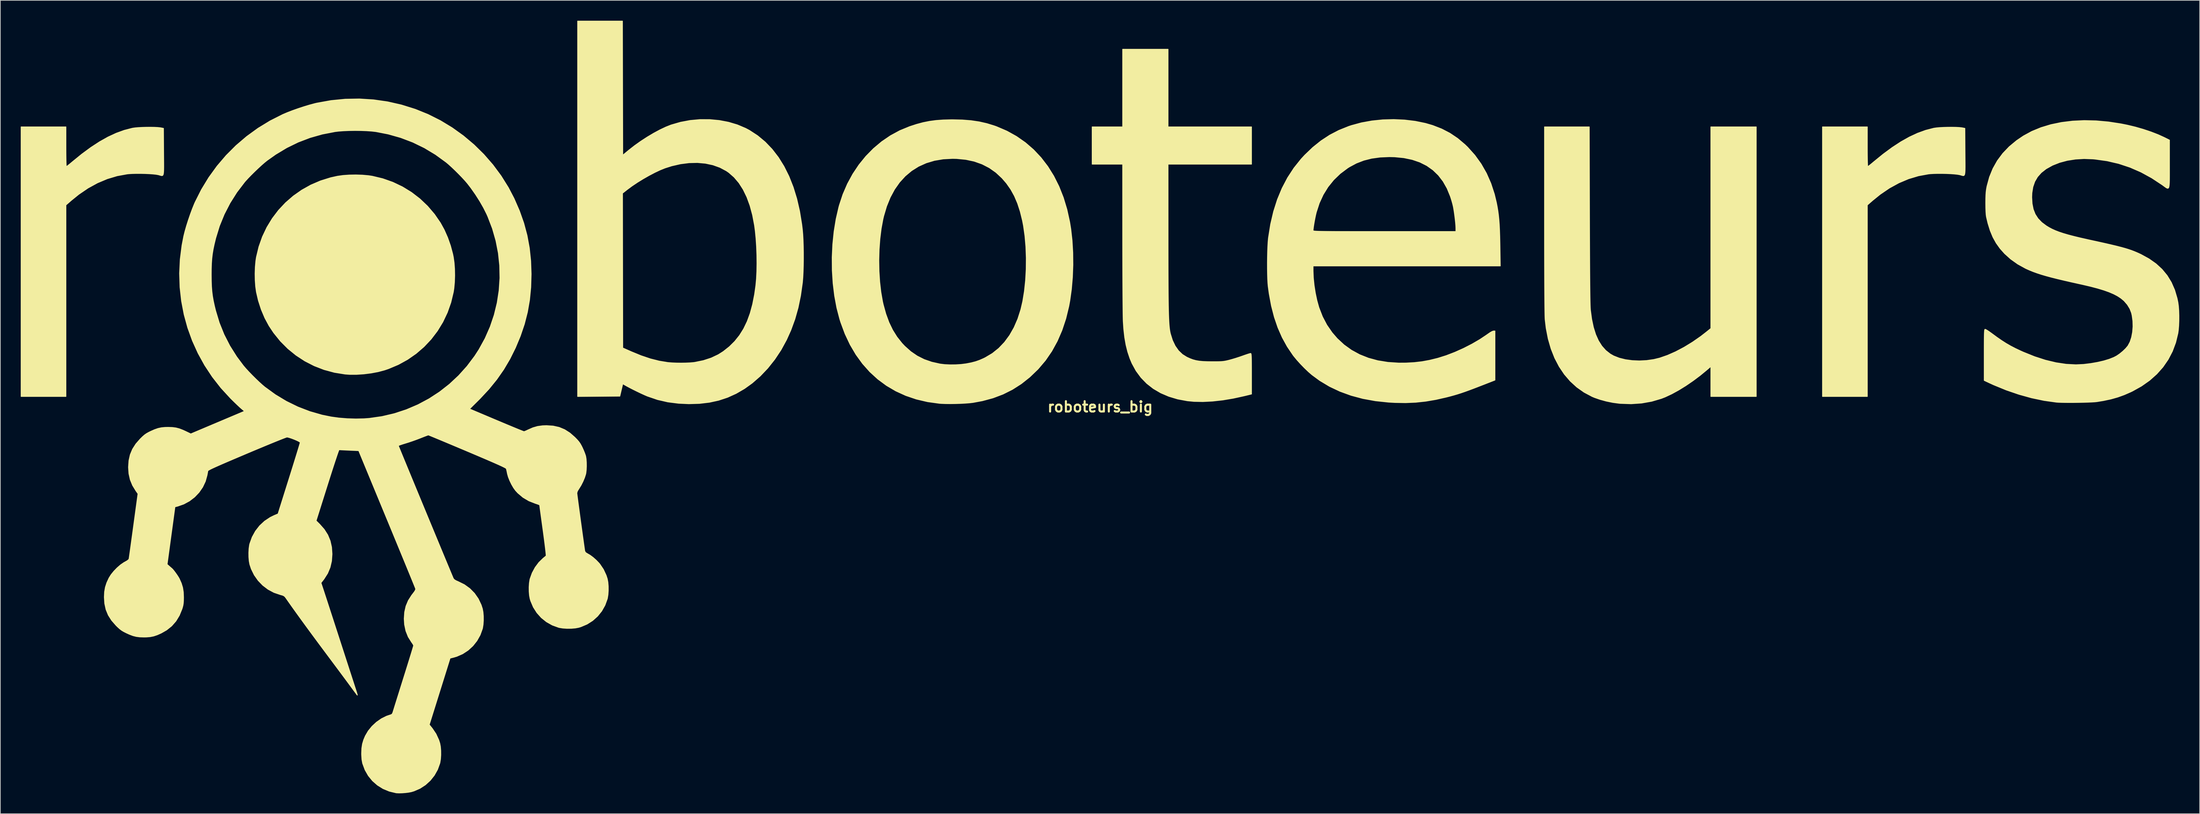
<source format=kicad_pcb>
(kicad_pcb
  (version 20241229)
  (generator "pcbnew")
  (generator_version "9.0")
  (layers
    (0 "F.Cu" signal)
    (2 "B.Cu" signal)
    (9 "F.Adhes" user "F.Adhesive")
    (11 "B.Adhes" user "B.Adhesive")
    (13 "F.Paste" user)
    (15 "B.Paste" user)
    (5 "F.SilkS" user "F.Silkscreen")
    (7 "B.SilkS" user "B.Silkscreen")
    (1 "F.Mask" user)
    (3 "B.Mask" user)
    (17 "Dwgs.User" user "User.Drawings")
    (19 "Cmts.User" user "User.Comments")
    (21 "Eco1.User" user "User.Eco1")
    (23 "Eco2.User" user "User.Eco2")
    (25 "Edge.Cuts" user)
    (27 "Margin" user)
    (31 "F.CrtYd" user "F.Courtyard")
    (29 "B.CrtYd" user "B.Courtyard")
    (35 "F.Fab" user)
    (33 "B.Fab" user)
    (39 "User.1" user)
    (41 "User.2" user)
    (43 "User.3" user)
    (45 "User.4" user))
  (footprint "roboteurs_big"
    (layer "F.Cu")
    (at 158.8 56.861)
    (property "Reference" "roboteurs_big" (at 0 0 0) (layer "F.SilkS") (effects (font (size 1.524 1.524) (thickness 0.3))))
    (attr through_hole)
    (fp_poly (pts (xy -137.758 -35.348) (xy -137.764 -34.895) (xy -137.78 -34.555) (xy -137.81 -34.313) (xy -137.857 -34.157) (xy -137.925 -34.07) (xy -138.016 -34.04) (xy -138.135 -34.053) (xy -138.285 -34.094) (xy -138.468 -34.149) (xy -138.557 -34.173) (xy -138.883 -34.232) (xy -139.342 -34.281) (xy -139.899 -34.32) (xy -140.518 -34.347) (xy -141.162 -34.361) (xy -141.797 -34.361) (xy -142.387 -34.347) (xy -142.894 -34.318) (xy -143.147 -34.292) (xy -144.628 -34.021) (xy -146.084 -33.584) (xy -147.51 -32.982) (xy -148.904 -32.217) (xy -150.262 -31.29) (xy -151.363 -30.397) (xy -152.146 -29.713) (xy -152.146 -15.619) (xy -152.146 -1.524) (xy -155.448 -1.524) (xy -158.75 -1.524) (xy -158.75 -21.378) (xy -158.75 -41.233) (xy -155.448 -41.233) (xy -152.146 -41.233) (xy -152.146 -38.312) (xy -152.144 -37.628) (xy -152.139 -37) (xy -152.131 -36.45) (xy -152.121 -35.994) (xy -152.109 -35.654) (xy -152.095 -35.448) (xy -152.083 -35.392) (xy -151.997 -35.445) (xy -151.811 -35.587) (xy -151.55 -35.797) (xy -151.241 -36.055) (xy -151.215 -36.078) (xy -149.821 -37.214) (xy -148.486 -38.199) (xy -147.201 -39.038) (xy -145.959 -39.736) (xy -144.751 -40.296) (xy -143.568 -40.725) (xy -142.402 -41.026) (xy -142.348 -41.037) (xy -141.978 -41.091) (xy -141.489 -41.133) (xy -140.919 -41.162) (xy -140.308 -41.179) (xy -139.697 -41.182) (xy -139.124 -41.172) (xy -138.629 -41.147) (xy -138.253 -41.106) (xy -138.176 -41.093) (xy -137.795 -41.016) (xy -137.773 -37.526) (xy -137.766 -36.65) (xy -137.76 -35.928) (xy -137.758 -35.348)) (stroke (width 0.1) (type solid)) (fill yes) (layer "F.SilkS"))
    (fp_poly (pts (xy 127.249 -35.348) (xy 127.243 -34.895) (xy 127.227 -34.555) (xy 127.197 -34.313) (xy 127.15 -34.157) (xy 127.082 -34.07) (xy 126.99 -34.04) (xy 126.871 -34.053) (xy 126.722 -34.094) (xy 126.539 -34.149) (xy 126.45 -34.173) (xy 126.124 -34.232) (xy 125.664 -34.281) (xy 125.107 -34.32) (xy 124.489 -34.347) (xy 123.844 -34.361) (xy 123.209 -34.361) (xy 122.62 -34.347) (xy 122.112 -34.318) (xy 121.86 -34.292) (xy 120.379 -34.021) (xy 118.923 -33.584) (xy 117.497 -32.982) (xy 116.103 -32.217) (xy 114.745 -31.29) (xy 113.644 -30.397) (xy 112.861 -29.713) (xy 112.861 -15.619) (xy 112.861 -1.524) (xy 109.559 -1.524) (xy 106.257 -1.524) (xy 106.257 -21.378) (xy 106.257 -41.233) (xy 109.559 -41.233) (xy 112.861 -41.233) (xy 112.861 -38.312) (xy 112.862 -37.628) (xy 112.867 -37) (xy 112.875 -36.45) (xy 112.886 -35.994) (xy 112.898 -35.654) (xy 112.912 -35.448) (xy 112.924 -35.392) (xy 113.009 -35.445) (xy 113.196 -35.587) (xy 113.457 -35.797) (xy 113.765 -36.055) (xy 113.792 -36.078) (xy 115.186 -37.214) (xy 116.521 -38.199) (xy 117.805 -39.038) (xy 119.048 -39.736) (xy 120.256 -40.296) (xy 121.439 -40.725) (xy 122.604 -41.026) (xy 122.659 -41.037) (xy 123.029 -41.091) (xy 123.518 -41.133) (xy 124.088 -41.162) (xy 124.698 -41.179) (xy 125.31 -41.182) (xy 125.883 -41.172) (xy 126.377 -41.147) (xy 126.754 -41.106) (xy 126.831 -41.093) (xy 127.212 -41.016) (xy 127.234 -37.526) (xy 127.241 -36.65) (xy 127.247 -35.928) (xy 127.249 -35.348)) (stroke (width 0.1) (type solid)) (fill yes) (layer "F.SilkS"))
    (fp_poly (pts (xy -94.954 -19.326) (xy -94.986 -18.363) (xy -95.067 -17.466) (xy -95.152 -16.909) (xy -95.522 -15.366) (xy -96.043 -13.892) (xy -96.705 -12.495) (xy -97.503 -11.185) (xy -98.428 -9.97) (xy -99.473 -8.859) (xy -100.631 -7.859) (xy -101.892 -6.98) (xy -103.251 -6.231) (xy -104.7 -5.62) (xy -105.257 -5.43) (xy -106.198 -5.177) (xy -107.238 -4.98) (xy -108.324 -4.843) (xy -109.404 -4.773) (xy -110.425 -4.774) (xy -111.083 -4.821) (xy -112.653 -5.074) (xy -114.169 -5.484) (xy -115.621 -6.045) (xy -116.999 -6.751) (xy -118.294 -7.597) (xy -119.497 -8.576) (xy -120.599 -9.682) (xy -121.589 -10.91) (xy -122.272 -11.938) (xy -122.886 -13.078) (xy -123.415 -14.327) (xy -123.84 -15.64) (xy -124.135 -16.909) (xy -124.25 -17.727) (xy -124.315 -18.65) (xy -124.332 -19.621) (xy -124.3 -20.584) (xy -124.22 -21.481) (xy -124.135 -22.037) (xy -123.765 -23.577) (xy -123.246 -25.046) (xy -122.586 -26.436) (xy -121.793 -27.74) (xy -120.876 -28.948) (xy -119.841 -30.053) (xy -118.698 -31.047) (xy -117.455 -31.921) (xy -116.12 -32.668) (xy -114.7 -33.278) (xy -113.205 -33.745) (xy -112.207 -33.965) (xy -111.39 -34.08) (xy -110.467 -34.145) (xy -109.496 -34.162) (xy -108.533 -34.13) (xy -107.636 -34.05) (xy -107.079 -33.965) (xy -105.534 -33.593) (xy -104.052 -33.067) (xy -102.643 -32.394) (xy -101.318 -31.58) (xy -100.084 -30.631) (xy -98.952 -29.554) (xy -97.931 -28.356) (xy -97.062 -27.093) (xy -96.499 -26.068) (xy -95.996 -24.93) (xy -95.573 -23.727) (xy -95.249 -22.512) (xy -95.152 -22.037) (xy -95.037 -21.22) (xy -94.971 -20.297) (xy -94.954 -19.326)) (stroke (width 0.1) (type solid)) (fill yes) (layer "F.SilkS"))
    (fp_poly (pts (xy 96.52 -1.524) (xy 93.176 -1.524) (xy 89.831 -1.524) (xy 89.831 -3.732) (xy 89.831 -5.941) (xy 89.302 -5.483) (xy 88.287 -4.645) (xy 87.234 -3.854) (xy 86.169 -3.124) (xy 85.117 -2.473) (xy 84.101 -1.915) (xy 83.148 -1.466) (xy 82.571 -1.239) (xy 81.138 -0.815) (xy 79.653 -0.551) (xy 78.115 -0.446) (xy 76.521 -0.5) (xy 76.327 -0.518) (xy 75.415 -0.64) (xy 74.471 -0.833) (xy 73.552 -1.083) (xy 72.715 -1.374) (xy 72.363 -1.523) (xy 71.193 -2.145) (xy 70.122 -2.901) (xy 69.151 -3.789) (xy 68.283 -4.802) (xy 67.523 -5.936) (xy 66.871 -7.186) (xy 66.332 -8.548) (xy 65.908 -10.015) (xy 65.603 -11.584) (xy 65.45 -12.869) (xy 65.438 -13.094) (xy 65.426 -13.483) (xy 65.416 -14.032) (xy 65.406 -14.737) (xy 65.398 -15.594) (xy 65.39 -16.598) (xy 65.383 -17.744) (xy 65.377 -19.028) (xy 65.372 -20.445) (xy 65.368 -21.992) (xy 65.365 -23.663) (xy 65.364 -25.454) (xy 65.363 -27.361) (xy 65.363 -27.538) (xy 65.363 -41.233) (xy 68.659 -41.233) (xy 71.956 -41.233) (xy 71.991 -28.258) (xy 71.997 -26.301) (xy 72.004 -24.509) (xy 72.011 -22.877) (xy 72.018 -21.401) (xy 72.026 -20.076) (xy 72.035 -18.898) (xy 72.045 -17.862) (xy 72.055 -16.963) (xy 72.066 -16.198) (xy 72.078 -15.561) (xy 72.091 -15.048) (xy 72.105 -14.655) (xy 72.12 -14.376) (xy 72.129 -14.266) (xy 72.309 -12.915) (xy 72.564 -11.712) (xy 72.896 -10.653) (xy 73.308 -9.735) (xy 73.802 -8.953) (xy 74.379 -8.304) (xy 75.041 -7.783) (xy 75.543 -7.499) (xy 76.353 -7.18) (xy 77.274 -6.952) (xy 78.274 -6.817) (xy 79.321 -6.774) (xy 80.383 -6.827) (xy 81.427 -6.976) (xy 82.296 -7.185) (xy 83.45 -7.585) (xy 84.659 -8.119) (xy 85.899 -8.773) (xy 87.141 -9.532) (xy 88.363 -10.383) (xy 89.26 -11.082) (xy 89.831 -11.548) (xy 89.831 -26.391) (xy 89.831 -41.233) (xy 93.176 -41.233) (xy 96.52 -41.233) (xy 96.52 -21.378) (xy 96.52 -1.524)) (stroke (width 0.1) (type solid)) (fill yes) (layer "F.SilkS"))
    (fp_poly (pts (xy 22.267 -1.882) (xy 21.188 -1.618) (xy 19.578 -1.265) (xy 18.015 -1.004) (xy 16.519 -0.838) (xy 15.106 -0.767) (xy 13.797 -0.793) (xy 12.82 -0.887) (xy 11.407 -1.151) (xy 10.102 -1.541) (xy 8.906 -2.054) (xy 7.823 -2.689) (xy 6.856 -3.444) (xy 6.008 -4.317) (xy 5.28 -5.305) (xy 4.677 -6.406) (xy 4.369 -7.141) (xy 4.048 -8.103) (xy 3.794 -9.124) (xy 3.6 -10.23) (xy 3.462 -11.449) (xy 3.384 -12.615) (xy 3.375 -12.898) (xy 3.365 -13.339) (xy 3.356 -13.924) (xy 3.348 -14.643) (xy 3.34 -15.482) (xy 3.332 -16.431) (xy 3.326 -17.476) (xy 3.32 -18.606) (xy 3.315 -19.808) (xy 3.311 -21.071) (xy 3.308 -22.383) (xy 3.306 -23.731) (xy 3.305 -24.956) (xy 3.302 -35.729) (xy 1.058 -35.729) (xy -1.185 -35.729) (xy -1.185 -38.481) (xy -1.185 -41.233) (xy 1.058 -41.233) (xy 3.302 -41.233) (xy 3.302 -46.948) (xy 3.302 -52.663) (xy 6.646 -52.663) (xy 9.991 -52.663) (xy 9.991 -46.948) (xy 9.991 -41.233) (xy 16.129 -41.233) (xy 22.267 -41.233) (xy 22.267 -38.481) (xy 22.267 -35.729) (xy 16.129 -35.729) (xy 9.991 -35.729) (xy 9.993 -25.125) (xy 9.993 -23.352) (xy 9.995 -21.74) (xy 9.998 -20.28) (xy 10.003 -18.963) (xy 10.009 -17.782) (xy 10.016 -16.727) (xy 10.026 -15.789) (xy 10.038 -14.961) (xy 10.053 -14.234) (xy 10.07 -13.598) (xy 10.09 -13.046) (xy 10.113 -12.569) (xy 10.139 -12.158) (xy 10.169 -11.805) (xy 10.202 -11.501) (xy 10.24 -11.238) (xy 10.281 -11.006) (xy 10.327 -10.798) (xy 10.336 -10.76) (xy 10.638 -9.797) (xy 11.035 -8.966) (xy 11.524 -8.271) (xy 12.103 -7.717) (xy 12.737 -7.32) (xy 13.202 -7.107) (xy 13.639 -6.943) (xy 14.081 -6.823) (xy 14.562 -6.74) (xy 15.118 -6.689) (xy 15.782 -6.663) (xy 16.383 -6.655) (xy 16.977 -6.655) (xy 17.437 -6.659) (xy 17.799 -6.673) (xy 18.099 -6.698) (xy 18.37 -6.739) (xy 18.65 -6.797) (xy 18.974 -6.875) (xy 18.977 -6.876) (xy 19.431 -7.001) (xy 19.97 -7.164) (xy 20.521 -7.343) (xy 20.94 -7.489) (xy 21.344 -7.632) (xy 21.699 -7.751) (xy 21.969 -7.835) (xy 22.122 -7.873) (xy 22.134 -7.874) (xy 22.17 -7.859) (xy 22.198 -7.805) (xy 22.221 -7.694) (xy 22.238 -7.512) (xy 22.25 -7.242) (xy 22.259 -6.868) (xy 22.264 -6.374) (xy 22.267 -5.744) (xy 22.267 -4.963) (xy 22.267 -4.878) (xy 22.267 -1.882)) (stroke (width 0.1) (type solid)) (fill yes) (layer "F.SilkS"))
    (fp_poly (pts (xy -43.652 -21.742) (xy -43.665 -20.783) (xy -43.693 -19.878) (xy -43.734 -19.064) (xy -43.791 -18.377) (xy -43.8 -18.288) (xy -44.069 -16.384) (xy -44.438 -14.599) (xy -44.913 -12.911) (xy -45.5 -11.299) (xy -46.146 -9.864) (xy -46.953 -8.384) (xy -47.876 -6.993) (xy -48.9 -5.704) (xy -50.012 -4.534) (xy -50.499 -4.109) (xy -50.499 -21.122) (xy -50.512 -22.349) (xy -50.559 -23.581) (xy -50.637 -24.778) (xy -50.746 -25.9) (xy -50.854 -26.712) (xy -51.142 -28.238) (xy -51.517 -29.631) (xy -51.977 -30.889) (xy -52.521 -32.008) (xy -53.147 -32.987) (xy -53.855 -33.822) (xy -54.641 -34.51) (xy -55.003 -34.76) (xy -55.938 -35.259) (xy -56.967 -35.628) (xy -58.077 -35.865) (xy -59.252 -35.97) (xy -60.48 -35.942) (xy -61.746 -35.78) (xy -63.036 -35.484) (xy -64.023 -35.17) (xy -64.729 -34.885) (xy -65.525 -34.509) (xy -66.375 -34.063) (xy -67.242 -33.568) (xy -68.088 -33.046) (xy -68.877 -32.516) (xy -69.573 -32) (xy -69.59 -31.987) (xy -70.264 -31.454) (xy -70.248 -20.066) (xy -70.231 -8.678) (xy -68.98 -8.123) (xy -67.54 -7.531) (xy -66.181 -7.073) (xy -64.887 -6.745) (xy -63.641 -6.54) (xy -63.502 -6.525) (xy -62.959 -6.483) (xy -62.326 -6.458) (xy -61.652 -6.45) (xy -60.983 -6.46) (xy -60.365 -6.486) (xy -59.847 -6.529) (xy -59.648 -6.555) (xy -58.376 -6.815) (xy -57.226 -7.19) (xy -56.188 -7.681) (xy -55.457 -8.144) (xy -54.556 -8.858) (xy -53.758 -9.649) (xy -53.058 -10.525) (xy -52.451 -11.499) (xy -51.931 -12.579) (xy -51.494 -13.777) (xy -51.135 -15.102) (xy -50.847 -16.566) (xy -50.663 -17.871) (xy -50.573 -18.843) (xy -50.518 -19.94) (xy -50.499 -21.122) (xy -50.499 -4.109) (xy -51.201 -3.496) (xy -52.324 -2.689) (xy -53.545 -1.978) (xy -54.805 -1.405) (xy -56.12 -0.969) (xy -57.5 -0.667) (xy -58.961 -0.495) (xy -60.513 -0.45) (xy -62.016 -0.518) (xy -63.593 -0.716) (xy -65.111 -1.065) (xy -66.597 -1.573) (xy -66.606 -1.576) (xy -67.011 -1.749) (xy -67.519 -1.981) (xy -68.085 -2.251) (xy -68.664 -2.537) (xy -69.21 -2.817) (xy -69.679 -3.068) (xy -69.85 -3.164) (xy -70.231 -3.384) (xy -70.445 -2.475) (xy -70.658 -1.566) (xy -73.768 -1.544) (xy -76.877 -1.522) (xy -76.877 -29.167) (xy -76.877 -56.811) (xy -73.576 -56.811) (xy -70.274 -56.811) (xy -70.253 -46.939) (xy -70.231 -37.068) (xy -69.342 -37.803) (xy -68.495 -38.467) (xy -67.58 -39.118) (xy -66.628 -39.737) (xy -65.671 -40.306) (xy -64.738 -40.807) (xy -63.862 -41.22) (xy -63.115 -41.514) (xy -61.735 -41.913) (xy -60.317 -42.178) (xy -58.882 -42.309) (xy -57.448 -42.307) (xy -56.038 -42.175) (xy -54.672 -41.913) (xy -53.369 -41.524) (xy -52.151 -41.007) (xy -51.604 -40.716) (xy -50.397 -39.928) (xy -49.282 -39) (xy -48.263 -37.936) (xy -47.34 -36.737) (xy -46.514 -35.406) (xy -45.787 -33.947) (xy -45.161 -32.36) (xy -44.636 -30.65) (xy -44.215 -28.819) (xy -43.898 -26.869) (xy -43.803 -26.077) (xy -43.744 -25.393) (xy -43.699 -24.581) (xy -43.669 -23.677) (xy -43.653 -22.719) (xy -43.652 -21.742)) (stroke (width 0.1) (type solid)) (fill yes) (layer "F.SilkS"))
    (fp_poly (pts (xy -4.007 -20.906) (xy -4.074 -19.096) (xy -4.224 -17.33) (xy -4.457 -15.65) (xy -4.611 -14.816) (xy -5.055 -12.99) (xy -5.622 -11.28) (xy -6.311 -9.685) (xy -7.122 -8.207) (xy -8.054 -6.846) (xy -9.108 -5.603) (xy -9.175 -5.532) (xy -10.359 -4.393) (xy -10.878 -3.981) (xy -10.878 -21.929) (xy -10.938 -23.576) (xy -11.075 -25.166) (xy -11.287 -26.663) (xy -11.436 -27.432) (xy -11.766 -28.772) (xy -12.156 -29.97) (xy -12.615 -31.047) (xy -13.154 -32.024) (xy -13.781 -32.92) (xy -14.435 -33.681) (xy -15.329 -34.515) (xy -16.306 -35.206) (xy -17.371 -35.755) (xy -18.524 -36.163) (xy -19.77 -36.431) (xy -21.112 -36.561) (xy -21.717 -36.574) (xy -23.095 -36.502) (xy -24.39 -36.284) (xy -25.597 -35.921) (xy -26.716 -35.417) (xy -27.743 -34.773) (xy -28.676 -33.991) (xy -29.513 -33.074) (xy -30.251 -32.024) (xy -30.887 -30.842) (xy -31.42 -29.531) (xy -31.847 -28.093) (xy -31.954 -27.638) (xy -32.212 -26.243) (xy -32.398 -24.743) (xy -32.513 -23.173) (xy -32.556 -21.57) (xy -32.528 -19.967) (xy -32.428 -18.4) (xy -32.256 -16.905) (xy -32.014 -15.517) (xy -31.916 -15.077) (xy -31.532 -13.686) (xy -31.073 -12.434) (xy -30.53 -11.307) (xy -29.895 -10.289) (xy -29.16 -9.363) (xy -28.748 -8.926) (xy -27.862 -8.135) (xy -26.917 -7.487) (xy -25.895 -6.973) (xy -24.778 -6.584) (xy -23.547 -6.31) (xy -23.545 -6.31) (xy -22.868 -6.23) (xy -22.088 -6.194) (xy -21.265 -6.201) (xy -20.46 -6.251) (xy -19.734 -6.343) (xy -19.715 -6.346) (xy -18.968 -6.491) (xy -18.331 -6.657) (xy -17.743 -6.863) (xy -17.144 -7.127) (xy -16.903 -7.246) (xy -15.869 -7.861) (xy -14.926 -8.617) (xy -14.076 -9.509) (xy -13.323 -10.532) (xy -12.67 -11.681) (xy -12.119 -12.951) (xy -11.675 -14.338) (xy -11.396 -15.536) (xy -11.152 -17.031) (xy -10.984 -18.619) (xy -10.893 -20.264) (xy -10.878 -21.929) (xy -10.878 -3.981) (xy -11.6 -3.408) (xy -12.908 -2.57) (xy -14.292 -1.876) (xy -15.765 -1.318) (xy -17.335 -0.893) (xy -18.711 -0.638) (xy -19.218 -0.578) (xy -19.849 -0.53) (xy -20.563 -0.493) (xy -21.314 -0.47) (xy -22.061 -0.461) (xy -22.758 -0.468) (xy -23.363 -0.491) (xy -23.664 -0.513) (xy -25.395 -0.753) (xy -27.039 -1.138) (xy -28.596 -1.666) (xy -30.062 -2.335) (xy -31.434 -3.141) (xy -32.709 -4.084) (xy -33.885 -5.16) (xy -34.957 -6.366) (xy -35.925 -7.701) (xy -36.784 -9.162) (xy -37.532 -10.747) (xy -38.165 -12.452) (xy -38.313 -12.923) (xy -38.746 -14.584) (xy -39.074 -16.351) (xy -39.299 -18.198) (xy -39.419 -20.096) (xy -39.434 -22.019) (xy -39.345 -23.939) (xy -39.152 -25.829) (xy -38.853 -27.661) (xy -38.45 -29.41) (xy -38.377 -29.676) (xy -37.843 -31.296) (xy -37.176 -32.838) (xy -36.386 -34.291) (xy -35.48 -35.647) (xy -34.465 -36.898) (xy -33.349 -38.035) (xy -32.141 -39.049) (xy -30.847 -39.932) (xy -29.476 -40.675) (xy -28.035 -41.268) (xy -28.018 -41.274) (xy -27.007 -41.603) (xy -26.053 -41.859) (xy -25.113 -42.048) (xy -24.146 -42.177) (xy -23.109 -42.253) (xy -21.958 -42.283) (xy -21.675 -42.284) (xy -20.272 -42.251) (xy -18.993 -42.149) (xy -17.805 -41.972) (xy -16.673 -41.715) (xy -15.565 -41.373) (xy -15.24 -41.256) (xy -13.728 -40.607) (xy -12.316 -39.823) (xy -11.006 -38.907) (xy -9.8 -37.862) (xy -8.701 -36.692) (xy -7.711 -35.399) (xy -6.833 -33.989) (xy -6.069 -32.463) (xy -5.421 -30.825) (xy -4.893 -29.078) (xy -4.485 -27.227) (xy -4.316 -26.181) (xy -4.127 -24.49) (xy -4.025 -22.718) (xy -4.007 -20.906)) (stroke (width 0.1) (type solid)) (fill yes) (layer "F.SilkS"))
    (fp_poly (pts (xy 58.866 -20.743) (xy 52.324 -20.743) (xy 52.324 -25.823) (xy 52.324 -26.313) (xy 52.31 -26.663) (xy 52.271 -27.134) (xy 52.213 -27.68) (xy 52.141 -28.255) (xy 52.061 -28.814) (xy 51.978 -29.31) (xy 51.935 -29.532) (xy 51.849 -29.889) (xy 51.725 -30.334) (xy 51.582 -30.794) (xy 51.509 -31.013) (xy 51.032 -32.175) (xy 50.449 -33.206) (xy 49.758 -34.107) (xy 48.96 -34.878) (xy 48.053 -35.521) (xy 47.036 -36.035) (xy 45.909 -36.421) (xy 44.671 -36.68) (xy 43.322 -36.812) (xy 42.545 -36.83) (xy 41.183 -36.773) (xy 39.931 -36.601) (xy 38.773 -36.307) (xy 37.69 -35.888) (xy 36.667 -35.339) (xy 36.404 -35.172) (xy 35.315 -34.355) (xy 34.35 -33.426) (xy 33.514 -32.388) (xy 32.809 -31.245) (xy 32.237 -30.001) (xy 31.802 -28.66) (xy 31.791 -28.617) (xy 31.699 -28.233) (xy 31.604 -27.777) (xy 31.512 -27.293) (xy 31.432 -26.822) (xy 31.37 -26.408) (xy 31.333 -26.092) (xy 31.327 -25.971) (xy 31.334 -25.95) (xy 31.359 -25.93) (xy 31.411 -25.912) (xy 31.5 -25.897) (xy 31.634 -25.883) (xy 31.822 -25.872) (xy 32.072 -25.861) (xy 32.393 -25.853) (xy 32.794 -25.846) (xy 33.284 -25.84) (xy 33.871 -25.835) (xy 34.565 -25.831) (xy 35.373 -25.828) (xy 36.305 -25.826) (xy 37.369 -25.825) (xy 38.574 -25.824) (xy 39.929 -25.823) (xy 41.443 -25.823) (xy 41.825 -25.823) (xy 52.324 -25.823) (xy 52.324 -20.743) (xy 45.097 -20.743) (xy 31.327 -20.743) (xy 31.327 -20.003) (xy 31.368 -18.987) (xy 31.481 -17.887) (xy 31.657 -16.764) (xy 31.886 -15.679) (xy 32.159 -14.692) (xy 32.186 -14.607) (xy 32.702 -13.274) (xy 33.345 -12.049) (xy 34.122 -10.924) (xy 34.874 -10.055) (xy 35.874 -9.128) (xy 36.97 -8.339) (xy 38.163 -7.688) (xy 39.453 -7.174) (xy 40.842 -6.797) (xy 42.329 -6.557) (xy 43.916 -6.453) (xy 44.989 -6.458) (xy 46.202 -6.525) (xy 47.329 -6.655) (xy 48.443 -6.858) (xy 49.619 -7.146) (xy 49.688 -7.165) (xy 50.902 -7.546) (xy 52.17 -8.034) (xy 53.45 -8.607) (xy 54.696 -9.245) (xy 55.866 -9.926) (xy 56.915 -10.629) (xy 57.025 -10.709) (xy 57.357 -10.937) (xy 57.64 -11.098) (xy 57.839 -11.173) (xy 57.869 -11.176) (xy 58.081 -11.176) (xy 58.081 -7.556) (xy 58.08 -3.937) (xy 56.07 -3.153) (xy 55.176 -2.807) (xy 54.409 -2.517) (xy 53.74 -2.273) (xy 53.14 -2.066) (xy 52.58 -1.886) (xy 52.031 -1.724) (xy 51.463 -1.568) (xy 50.969 -1.441) (xy 49.394 -1.082) (xy 47.896 -0.826) (xy 46.425 -0.668) (xy 44.934 -0.605) (xy 43.372 -0.631) (xy 42.418 -0.685) (xy 40.485 -0.889) (xy 38.647 -1.225) (xy 36.909 -1.691) (xy 35.274 -2.286) (xy 33.743 -3.01) (xy 32.321 -3.86) (xy 31.157 -4.717) (xy 30.635 -5.169) (xy 30.064 -5.715) (xy 29.487 -6.309) (xy 28.947 -6.906) (xy 28.488 -7.463) (xy 28.369 -7.62) (xy 27.518 -8.882) (xy 26.778 -10.229) (xy 26.146 -11.671) (xy 25.618 -13.217) (xy 25.189 -14.88) (xy 24.857 -16.669) (xy 24.71 -17.738) (xy 24.666 -18.223) (xy 24.633 -18.845) (xy 24.611 -19.571) (xy 24.6 -20.367) (xy 24.598 -21.202) (xy 24.607 -22.042) (xy 24.626 -22.855) (xy 24.655 -23.608) (xy 24.693 -24.269) (xy 24.741 -24.804) (xy 24.751 -24.889) (xy 25.07 -26.888) (xy 25.511 -28.77) (xy 26.074 -30.538) (xy 26.761 -32.192) (xy 27.572 -33.736) (xy 28.508 -35.172) (xy 29.57 -36.5) (xy 30.094 -37.068) (xy 31.279 -38.204) (xy 32.5 -39.183) (xy 33.773 -40.017) (xy 35.117 -40.716) (xy 36.551 -41.292) (xy 36.972 -41.433) (xy 38.436 -41.83) (xy 39.979 -42.109) (xy 41.57 -42.272) (xy 43.182 -42.317) (xy 44.783 -42.245) (xy 46.344 -42.056) (xy 47.836 -41.75) (xy 48.925 -41.432) (xy 50.243 -40.918) (xy 51.456 -40.287) (xy 52.588 -39.524) (xy 53.664 -38.615) (xy 54.06 -38.231) (xy 55.115 -37.053) (xy 56.036 -35.773) (xy 56.823 -34.392) (xy 57.476 -32.908) (xy 57.996 -31.319) (xy 58.291 -30.094) (xy 58.414 -29.465) (xy 58.516 -28.851) (xy 58.599 -28.225) (xy 58.666 -27.564) (xy 58.72 -26.84) (xy 58.76 -26.029) (xy 58.791 -25.106) (xy 58.814 -24.044) (xy 58.819 -23.77) (xy 58.866 -20.743)) (stroke (width 0.1) (type solid)) (fill yes) (layer "F.SilkS"))
    (fp_poly (pts (xy 158.701 -13.428) (xy 158.698 -12.671) (xy 158.669 -11.941) (xy 158.615 -11.287) (xy 158.551 -10.837) (xy 158.219 -9.469) (xy 157.739 -8.182) (xy 157.113 -6.979) (xy 156.345 -5.864) (xy 155.435 -4.839) (xy 154.388 -3.907) (xy 153.204 -3.071) (xy 151.887 -2.333) (xy 151.632 -2.21) (xy 150.667 -1.786) (xy 149.706 -1.438) (xy 148.705 -1.154) (xy 147.619 -0.921) (xy 146.643 -0.759) (xy 146.335 -0.727) (xy 145.888 -0.699) (xy 145.333 -0.675) (xy 144.7 -0.656) (xy 144.019 -0.642) (xy 143.321 -0.633) (xy 142.636 -0.63) (xy 141.995 -0.634) (xy 141.429 -0.644) (xy 140.967 -0.661) (xy 140.674 -0.681) (xy 138.885 -0.93) (xy 137.041 -1.317) (xy 135.168 -1.836) (xy 133.296 -2.477) (xy 131.451 -3.234) (xy 130.916 -3.478) (xy 130.048 -3.884) (xy 130.048 -7.657) (xy 130.048 -8.558) (xy 130.05 -9.304) (xy 130.053 -9.91) (xy 130.059 -10.389) (xy 130.067 -10.757) (xy 130.079 -11.028) (xy 130.094 -11.216) (xy 130.114 -11.336) (xy 130.139 -11.401) (xy 130.169 -11.427) (xy 130.188 -11.43) (xy 130.308 -11.381) (xy 130.529 -11.25) (xy 130.818 -11.055) (xy 131.098 -10.853) (xy 131.895 -10.267) (xy 132.606 -9.773) (xy 133.271 -9.348) (xy 133.93 -8.967) (xy 134.621 -8.608) (xy 135.383 -8.247) (xy 135.805 -8.058) (xy 137.458 -7.392) (xy 139.063 -6.872) (xy 140.614 -6.5) (xy 142.106 -6.277) (xy 143.534 -6.203) (xy 144.678 -6.257) (xy 145.731 -6.386) (xy 146.726 -6.559) (xy 147.64 -6.771) (xy 148.449 -7.016) (xy 149.13 -7.288) (xy 149.541 -7.505) (xy 149.994 -7.816) (xy 150.45 -8.192) (xy 150.859 -8.588) (xy 151.173 -8.96) (xy 151.207 -9.009) (xy 151.504 -9.567) (xy 151.726 -10.245) (xy 151.871 -11.008) (xy 151.935 -11.82) (xy 151.913 -12.648) (xy 151.803 -13.456) (xy 151.717 -13.828) (xy 151.478 -14.447) (xy 151.106 -15.054) (xy 150.633 -15.6) (xy 150.582 -15.648) (xy 150.161 -15.999) (xy 149.666 -16.324) (xy 149.086 -16.629) (xy 148.406 -16.919) (xy 147.613 -17.2) (xy 146.693 -17.476) (xy 145.633 -17.753) (xy 144.42 -18.036) (xy 144.23 -18.077) (xy 142.946 -18.362) (xy 141.813 -18.621) (xy 140.816 -18.859) (xy 139.938 -19.08) (xy 139.164 -19.289) (xy 138.479 -19.49) (xy 137.867 -19.689) (xy 137.311 -19.888) (xy 136.797 -20.094) (xy 136.309 -20.309) (xy 136.121 -20.398) (xy 134.997 -21.017) (xy 133.958 -21.754) (xy 133.054 -22.568) (xy 132.38 -23.325) (xy 131.81 -24.125) (xy 131.33 -24.993) (xy 130.93 -25.956) (xy 130.595 -27.037) (xy 130.371 -27.982) (xy 130.329 -28.286) (xy 130.297 -28.731) (xy 130.277 -29.29) (xy 130.27 -29.936) (xy 130.27 -30.057) (xy 130.276 -30.686) (xy 130.292 -31.188) (xy 130.32 -31.603) (xy 130.365 -31.974) (xy 130.429 -32.341) (xy 130.463 -32.508) (xy 130.827 -33.842) (xy 131.335 -35.087) (xy 131.987 -36.246) (xy 132.785 -37.319) (xy 133.729 -38.308) (xy 134.82 -39.214) (xy 135.821 -39.893) (xy 137.059 -40.566) (xy 138.411 -41.122) (xy 139.866 -41.561) (xy 141.415 -41.882) (xy 143.046 -42.083) (xy 144.751 -42.164) (xy 146.518 -42.123) (xy 148.337 -41.959) (xy 150.198 -41.671) (xy 151.13 -41.483) (xy 152.311 -41.197) (xy 153.488 -40.857) (xy 154.619 -40.476) (xy 155.664 -40.069) (xy 156.57 -39.655) (xy 157.311 -39.284) (xy 157.311 -35.728) (xy 157.312 -34.817) (xy 157.312 -34.062) (xy 157.309 -33.453) (xy 157.296 -32.978) (xy 157.271 -32.625) (xy 157.23 -32.382) (xy 157.168 -32.236) (xy 157.081 -32.178) (xy 156.965 -32.193) (xy 156.816 -32.271) (xy 156.631 -32.4) (xy 156.404 -32.568) (xy 156.266 -32.67) (xy 154.704 -33.703) (xy 153.12 -34.571) (xy 151.502 -35.278) (xy 149.839 -35.829) (xy 148.121 -36.227) (xy 146.337 -36.477) (xy 146.04 -36.504) (xy 144.742 -36.552) (xy 143.478 -36.478) (xy 142.27 -36.288) (xy 141.136 -35.985) (xy 140.098 -35.574) (xy 139.176 -35.059) (xy 139.14 -35.035) (xy 138.446 -34.488) (xy 137.897 -33.869) (xy 137.489 -33.169) (xy 137.216 -32.378) (xy 137.074 -31.487) (xy 137.05 -30.861) (xy 137.105 -29.916) (xy 137.27 -29.09) (xy 137.555 -28.366) (xy 137.967 -27.727) (xy 138.514 -27.158) (xy 139.165 -26.668) (xy 139.575 -26.415) (xy 140.014 -26.182) (xy 140.497 -25.962) (xy 141.042 -25.751) (xy 141.664 -25.543) (xy 142.381 -25.332) (xy 143.207 -25.114) (xy 144.161 -24.883) (xy 145.257 -24.634) (xy 145.838 -24.507) (xy 146.979 -24.257) (xy 147.969 -24.036) (xy 148.828 -23.838) (xy 149.57 -23.659) (xy 150.212 -23.494) (xy 150.773 -23.339) (xy 151.267 -23.187) (xy 151.711 -23.036) (xy 152.123 -22.879) (xy 152.519 -22.713) (xy 152.916 -22.533) (xy 153.12 -22.436) (xy 154.295 -21.792) (xy 155.325 -21.065) (xy 156.213 -20.25) (xy 156.963 -19.339) (xy 157.58 -18.329) (xy 158.067 -17.214) (xy 158.43 -15.988) (xy 158.557 -15.378) (xy 158.631 -14.831) (xy 158.679 -14.165) (xy 158.701 -13.428)) (stroke (width 0.1) (type solid)) (fill yes) (layer "F.SilkS"))
    (fp_poly (pts (xy -72.36 27.049) (xy -72.4 27.659) (xy -72.485 28.183) (xy -72.509 28.279) (xy -72.849 29.214) (xy -73.33 30.067) (xy -73.938 30.824) (xy -74.661 31.472) (xy -75.484 31.996) (xy -76.394 32.383) (xy -76.708 32.478) (xy -77.205 32.572) (xy -77.802 32.622) (xy -78.436 32.627) (xy -79.044 32.588) (xy -79.566 32.504) (xy -79.661 32.48) (xy -80.601 32.138) (xy -81.457 31.655) (xy -82.216 31.045) (xy -82.865 30.32) (xy -83.39 29.494) (xy -83.779 28.579) (xy -83.873 28.268) (xy -83.965 27.779) (xy -84.014 27.188) (xy -84.02 26.559) (xy -83.981 25.953) (xy -83.9 25.433) (xy -83.873 25.326) (xy -83.561 24.461) (xy -83.122 23.645) (xy -82.578 22.915) (xy -81.973 22.324) (xy -81.752 22.141) (xy -81.583 22) (xy -81.515 21.94) (xy -81.513 21.847) (xy -81.533 21.603) (xy -81.572 21.226) (xy -81.63 20.733) (xy -81.702 20.142) (xy -81.788 19.469) (xy -81.886 18.733) (xy -81.958 18.201) (xy -82.064 17.431) (xy -82.162 16.713) (xy -82.251 16.065) (xy -82.327 15.503) (xy -82.389 15.045) (xy -82.433 14.709) (xy -82.459 14.512) (xy -82.465 14.465) (xy -82.54 14.416) (xy -82.738 14.336) (xy -83.019 14.242) (xy -83.076 14.224) (xy -84.04 13.848) (xy -84.908 13.334) (xy -85.674 12.687) (xy -86.007 12.326) (xy -86.298 11.924) (xy -86.591 11.42) (xy -86.858 10.87) (xy -87.071 10.331) (xy -87.204 9.859) (xy -87.211 9.821) (xy -87.273 9.509) (xy -87.333 9.244) (xy -87.375 9.102) (xy -87.428 9.05) (xy -87.564 8.968) (xy -87.792 8.85) (xy -88.118 8.694) (xy -88.551 8.496) (xy -89.098 8.253) (xy -89.768 7.961) (xy -90.568 7.616) (xy -91.505 7.216) (xy -92.588 6.756) (xy -93.101 6.539) (xy -94.028 6.148) (xy -94.909 5.777) (xy -95.732 5.431) (xy -96.485 5.115) (xy -97.156 4.835) (xy -97.732 4.595) (xy -98.2 4.402) (xy -98.548 4.259) (xy -98.764 4.173) (xy -98.834 4.147) (xy -98.934 4.178) (xy -99.161 4.26) (xy -99.486 4.384) (xy -99.879 4.538) (xy -100.062 4.611) (xy -100.589 4.813) (xy -101.172 5.022) (xy -101.742 5.214) (xy -102.228 5.365) (xy -102.235 5.368) (xy -102.619 5.484) (xy -102.934 5.591) (xy -103.15 5.675) (xy -103.236 5.728) (xy -103.236 5.731) (xy -103.202 5.819) (xy -103.108 6.053) (xy -102.958 6.42) (xy -102.758 6.908) (xy -102.512 7.507) (xy -102.224 8.205) (xy -101.901 8.99) (xy -101.546 9.851) (xy -101.164 10.776) (xy -100.761 11.753) (xy -100.34 12.772) (xy -99.906 13.821) (xy -99.465 14.888) (xy -99.021 15.961) (xy -98.579 17.029) (xy -98.143 18.081) (xy -97.719 19.105) (xy -97.311 20.09) (xy -96.924 21.023) (xy -96.563 21.894) (xy -96.232 22.691) (xy -95.936 23.403) (xy -95.68 24.017) (xy -95.469 24.523) (xy -95.308 24.908) (xy -95.201 25.162) (xy -95.152 25.273) (xy -95.152 25.275) (xy -95.021 25.433) (xy -94.778 25.587) (xy -94.43 25.742) (xy -93.531 26.187) (xy -92.735 26.763) (xy -92.051 27.458) (xy -91.491 28.261) (xy -91.064 29.16) (xy -90.879 29.729) (xy -90.786 30.223) (xy -90.737 30.818) (xy -90.733 31.451) (xy -90.773 32.061) (xy -90.857 32.585) (xy -90.881 32.681) (xy -91.215 33.601) (xy -91.688 34.444) (xy -92.283 35.195) (xy -92.986 35.839) (xy -93.781 36.361) (xy -94.652 36.745) (xy -95.083 36.873) (xy -95.631 37.012) (xy -97.162 41.909) (xy -98.693 46.807) (xy -98.25 47.359) (xy -97.711 48.161) (xy -97.301 49.052) (xy -97.144 49.541) (xy -97.051 50.035) (xy -97.002 50.63) (xy -96.998 51.263) (xy -97.038 51.873) (xy -97.123 52.397) (xy -97.147 52.493) (xy -97.482 53.417) (xy -97.956 54.262) (xy -98.555 55.015) (xy -99.262 55.659) (xy -100.063 56.181) (xy -100.943 56.565) (xy -101.341 56.684) (xy -101.719 56.758) (xy -102.182 56.816) (xy -102.673 56.854) (xy -103.133 56.868) (xy -103.503 56.852) (xy -103.59 56.841) (xy -104.584 56.601) (xy -105.5 56.219) (xy -106.327 55.703) (xy -107.052 55.066) (xy -107.663 54.318) (xy -108.149 53.468) (xy -108.498 52.528) (xy -108.511 52.483) (xy -108.613 51.928) (xy -108.657 51.219) (xy -108.658 51.012) (xy -108.629 50.28) (xy -108.531 49.642) (xy -108.351 49.034) (xy -108.106 48.456) (xy -107.678 47.725) (xy -107.121 47.042) (xy -106.466 46.435) (xy -105.742 45.928) (xy -104.98 45.548) (xy -104.497 45.386) (xy -104.278 45.312) (xy -104.15 45.205) (xy -104.062 45.009) (xy -104.026 44.892) (xy -103.978 44.738) (xy -103.885 44.439) (xy -103.752 44.01) (xy -103.582 43.467) (xy -103.382 42.827) (xy -103.156 42.105) (xy -102.91 41.318) (xy -102.648 40.481) (xy -102.457 39.872) (xy -102.19 39.021) (xy -101.94 38.218) (xy -101.71 37.476) (xy -101.504 36.81) (xy -101.328 36.236) (xy -101.186 35.768) (xy -101.083 35.42) (xy -101.022 35.209) (xy -101.007 35.147) (xy -101.056 35.026) (xy -101.18 34.825) (xy -101.303 34.655) (xy -101.796 33.871) (xy -102.142 33.003) (xy -102.341 32.055) (xy -102.393 31.2) (xy -102.328 30.228) (xy -102.128 29.344) (xy -101.785 28.525) (xy -101.289 27.745) (xy -101.124 27.533) (xy -100.867 27.191) (xy -100.73 26.948) (xy -100.707 26.797) (xy -100.744 26.699) (xy -100.842 26.454) (xy -100.997 26.072) (xy -101.205 25.561) (xy -101.462 24.932) (xy -101.764 24.193) (xy -102.108 23.354) (xy -102.49 22.425) (xy -102.906 21.415) (xy -103.351 20.334) (xy -103.823 19.19) (xy -104.316 17.993) (xy -104.828 16.754) (xy -104.916 16.543) (xy -109.083 6.458) (xy -110.484 6.397) (xy -110.957 6.376) (xy -111.371 6.356) (xy -111.698 6.34) (xy -111.906 6.327) (xy -111.965 6.322) (xy -112.003 6.398) (xy -112.088 6.623) (xy -112.214 6.982) (xy -112.376 7.462) (xy -112.572 8.051) (xy -112.796 8.735) (xy -113.043 9.499) (xy -113.309 10.332) (xy -113.591 11.219) (xy -113.692 11.541) (xy -115.34 16.773) (xy -114.824 17.283) (xy -114.15 18.048) (xy -113.636 18.859) (xy -113.276 19.728) (xy -113.065 20.669) (xy -112.998 21.675) (xy -113.069 22.697) (xy -113.286 23.64) (xy -113.653 24.516) (xy -114.175 25.339) (xy -114.245 25.431) (xy -114.623 25.917) (xy -114.295 26.908) (xy -114.218 27.143) (xy -114.094 27.525) (xy -113.926 28.039) (xy -113.72 28.672) (xy -113.481 29.408) (xy -113.213 30.235) (xy -112.92 31.136) (xy -112.608 32.099) (xy -112.281 33.109) (xy -111.943 34.151) (xy -111.802 34.586) (xy -111.465 35.627) (xy -111.139 36.633) (xy -110.829 37.592) (xy -110.538 38.489) (xy -110.271 39.312) (xy -110.033 40.047) (xy -109.827 40.681) (xy -109.659 41.2) (xy -109.531 41.591) (xy -109.45 41.84) (xy -109.429 41.906) (xy -109.341 42.188) (xy -109.291 42.383) (xy -109.286 42.461) (xy -109.295 42.456) (xy -109.366 42.365) (xy -109.52 42.159) (xy -109.74 41.864) (xy -110.007 41.5) (xy -110.296 41.106) (xy -110.529 40.788) (xy -110.85 40.352) (xy -111.245 39.819) (xy -111.7 39.205) (xy -112.202 38.53) (xy -112.737 37.812) (xy -113.29 37.069) (xy -113.849 36.32) (xy -113.998 36.12) (xy -114.921 34.88) (xy -115.82 33.664) (xy -116.683 32.489) (xy -117.496 31.373) (xy -118.248 30.331) (xy -118.926 29.382) (xy -119.519 28.541) (xy -119.771 28.179) (xy -119.928 27.97) (xy -120.081 27.837) (xy -120.285 27.744) (xy -120.596 27.657) (xy -120.618 27.651) (xy -121.549 27.334) (xy -122.413 26.871) (xy -123.194 26.277) (xy -123.876 25.569) (xy -124.445 24.762) (xy -124.883 23.871) (xy -125.106 23.199) (xy -125.197 22.713) (xy -125.247 22.125) (xy -125.255 21.495) (xy -125.223 20.883) (xy -125.149 20.349) (xy -125.104 20.156) (xy -124.755 19.187) (xy -124.268 18.301) (xy -123.653 17.511) (xy -122.924 16.833) (xy -122.092 16.279) (xy -121.507 15.994) (xy -120.952 15.76) (xy -119.322 10.568) (xy -119.039 9.665) (xy -118.771 8.807) (xy -118.524 8.01) (xy -118.3 7.286) (xy -118.105 6.65) (xy -117.942 6.116) (xy -117.817 5.697) (xy -117.732 5.408) (xy -117.693 5.263) (xy -117.691 5.249) (xy -117.765 5.171) (xy -117.963 5.057) (xy -118.248 4.921) (xy -118.583 4.78) (xy -118.93 4.647) (xy -119.253 4.539) (xy -119.514 4.471) (xy -119.634 4.455) (xy -119.745 4.487) (xy -119.999 4.579) (xy -120.383 4.728) (xy -120.884 4.928) (xy -121.49 5.173) (xy -122.188 5.459) (xy -122.965 5.78) (xy -123.807 6.131) (xy -124.704 6.506) (xy -125.542 6.86) (xy -126.657 7.333) (xy -127.625 7.745) (xy -128.456 8.101) (xy -129.158 8.404) (xy -129.74 8.66) (xy -130.213 8.871) (xy -130.586 9.043) (xy -130.867 9.179) (xy -131.067 9.284) (xy -131.193 9.363) (xy -131.257 9.418) (xy -131.269 9.44) (xy -131.301 9.617) (xy -131.351 9.888) (xy -131.386 10.075) (xy -131.636 10.976) (xy -132.035 11.82) (xy -132.567 12.592) (xy -133.217 13.275) (xy -133.969 13.854) (xy -134.807 14.311) (xy -135.716 14.63) (xy -135.766 14.643) (xy -136.108 14.729) (xy -136.683 18.96) (xy -137.258 23.192) (xy -136.943 23.471) (xy -136.749 23.641) (xy -136.608 23.761) (xy -136.571 23.791) (xy -136.432 23.929) (xy -136.234 24.17) (xy -136.008 24.473) (xy -135.783 24.795) (xy -135.589 25.097) (xy -135.473 25.302) (xy -135.173 25.974) (xy -134.978 26.615) (xy -134.873 27.289) (xy -134.844 28.057) (xy -134.844 28.067) (xy -134.853 28.552) (xy -134.878 28.924) (xy -134.927 29.239) (xy -135.008 29.552) (xy -135.073 29.76) (xy -135.465 30.717) (xy -135.97 31.55) (xy -136.594 32.263) (xy -137.34 32.862) (xy -138.134 33.315) (xy -138.725 33.578) (xy -139.246 33.753) (xy -139.759 33.855) (xy -140.329 33.9) (xy -140.674 33.905) (xy -141.276 33.887) (xy -141.793 33.823) (xy -142.284 33.699) (xy -142.809 33.5) (xy -143.256 33.297) (xy -143.646 33.1) (xy -143.959 32.911) (xy -144.247 32.691) (xy -144.562 32.404) (xy -144.784 32.183) (xy -145.432 31.44) (xy -145.92 30.67) (xy -146.256 29.852) (xy -146.449 28.965) (xy -146.509 28.025) (xy -146.473 27.25) (xy -146.355 26.562) (xy -146.139 25.895) (xy -145.811 25.188) (xy -145.507 24.706) (xy -145.097 24.199) (xy -144.622 23.708) (xy -144.124 23.274) (xy -143.641 22.939) (xy -143.486 22.854) (xy -143.145 22.66) (xy -142.935 22.492) (xy -142.875 22.394) (xy -142.857 22.281) (xy -142.818 22.015) (xy -142.761 21.613) (xy -142.688 21.091) (xy -142.601 20.463) (xy -142.503 19.746) (xy -142.394 18.956) (xy -142.278 18.108) (xy -142.197 17.51) (xy -141.556 12.795) (xy -141.846 12.387) (xy -142.347 11.568) (xy -142.692 10.727) (xy -142.891 9.833) (xy -142.953 8.89) (xy -142.889 7.922) (xy -142.692 7.042) (xy -142.354 6.23) (xy -141.863 5.462) (xy -141.226 4.731) (xy -140.873 4.385) (xy -140.58 4.131) (xy -140.292 3.93) (xy -139.96 3.745) (xy -139.7 3.617) (xy -139.111 3.355) (xy -138.601 3.178) (xy -138.109 3.07) (xy -137.576 3.019) (xy -137.118 3.009) (xy -136.502 3.029) (xy -135.975 3.096) (xy -135.473 3.227) (xy -134.936 3.434) (xy -134.561 3.606) (xy -133.782 3.979) (xy -129.836 2.31) (xy -125.889 0.642) (xy -126.381 0.223) (xy -126.609 0.019) (xy -126.923 -0.275) (xy -127.291 -0.628) (xy -127.681 -1.01) (xy -127.934 -1.262) (xy -129.34 -2.793) (xy -130.607 -4.415) (xy -131.732 -6.12) (xy -132.713 -7.899) (xy -133.548 -9.744) (xy -134.234 -11.646) (xy -134.769 -13.597) (xy -135.149 -15.587) (xy -135.374 -17.609) (xy -135.439 -19.653) (xy -135.343 -21.711) (xy -135.083 -23.774) (xy -134.818 -25.146) (xy -134.646 -25.839) (xy -134.418 -26.636) (xy -134.148 -27.488) (xy -133.855 -28.345) (xy -133.554 -29.159) (xy -133.262 -29.88) (xy -133.147 -30.141) (xy -132.209 -32.002) (xy -131.131 -33.773) (xy -129.919 -35.447) (xy -128.581 -37.017) (xy -127.124 -38.476) (xy -125.556 -39.815) (xy -123.883 -41.029) (xy -122.114 -42.109) (xy -120.254 -43.049) (xy -120.227 -43.061) (xy -119.558 -43.345) (xy -118.777 -43.645) (xy -117.932 -43.943) (xy -117.072 -44.224) (xy -116.246 -44.472) (xy -115.504 -44.669) (xy -115.231 -44.733) (xy -113.151 -45.106) (xy -111.065 -45.31) (xy -108.979 -45.347) (xy -106.9 -45.217) (xy -104.836 -44.92) (xy -102.794 -44.456) (xy -100.78 -43.826) (xy -100.753 -43.817) (xy -98.874 -43.055) (xy -97.061 -42.144) (xy -95.325 -41.091) (xy -93.676 -39.905) (xy -92.123 -38.596) (xy -90.676 -37.171) (xy -89.344 -35.64) (xy -88.137 -34.011) (xy -87.065 -32.293) (xy -86.229 -30.692) (xy -85.434 -28.867) (xy -84.797 -27.059) (xy -84.311 -25.243) (xy -83.971 -23.392) (xy -83.77 -21.482) (xy -83.704 -19.558) (xy -83.76 -17.607) (xy -83.941 -15.747) (xy -84.254 -13.95) (xy -84.705 -12.186) (xy -85.3 -10.428) (xy -86.02 -8.702) (xy -86.834 -7.06) (xy -87.745 -5.514) (xy -88.311 -4.701) (xy -88.311 -18.97) (xy -88.347 -20.809) (xy -88.541 -22.643) (xy -88.895 -24.461) (xy -89.408 -26.254) (xy -90.081 -28.01) (xy -90.255 -28.4) (xy -90.716 -29.32) (xy -91.276 -30.299) (xy -91.906 -31.288) (xy -92.574 -32.24) (xy -93.077 -32.893) (xy -93.423 -33.299) (xy -93.863 -33.777) (xy -94.362 -34.294) (xy -94.886 -34.815) (xy -95.401 -35.306) (xy -95.871 -35.732) (xy -96.224 -36.028) (xy -97.783 -37.162) (xy -99.419 -38.146) (xy -101.127 -38.976) (xy -102.905 -39.653) (xy -104.749 -40.174) (xy -106.553 -40.524) (xy -107.175 -40.596) (xy -107.922 -40.647) (xy -108.752 -40.678) (xy -109.621 -40.687) (xy -110.488 -40.675) (xy -111.308 -40.641) (xy -112.04 -40.587) (xy -112.564 -40.524) (xy -114.447 -40.158) (xy -116.252 -39.645) (xy -117.988 -38.981) (xy -119.665 -38.162) (xy -121.29 -37.184) (xy -122.555 -36.288) (xy -122.93 -35.985) (xy -123.385 -35.587) (xy -123.889 -35.123) (xy -124.409 -34.626) (xy -124.914 -34.125) (xy -125.372 -33.652) (xy -125.75 -33.237) (xy -125.87 -33.096) (xy -127.009 -31.6) (xy -128.008 -30.017) (xy -128.862 -28.358) (xy -129.564 -26.637) (xy -130.107 -24.865) (xy -130.129 -24.781) (xy -130.331 -23.946) (xy -130.487 -23.205) (xy -130.602 -22.513) (xy -130.682 -21.825) (xy -130.732 -21.096) (xy -130.758 -20.283) (xy -130.764 -19.473) (xy -130.755 -18.549) (xy -130.727 -17.748) (xy -130.673 -17.027) (xy -130.589 -16.34) (xy -130.468 -15.644) (xy -130.306 -14.893) (xy -130.131 -14.176) (xy -129.59 -12.38) (xy -128.893 -10.649) (xy -128.04 -8.981) (xy -127.029 -7.376) (xy -126.041 -6.054) (xy -125.694 -5.648) (xy -125.254 -5.169) (xy -124.754 -4.652) (xy -124.229 -4.13) (xy -123.714 -3.638) (xy -123.243 -3.212) (xy -122.894 -2.918) (xy -121.351 -1.794) (xy -119.728 -0.815) (xy -118.035 0.014) (xy -116.282 0.69) (xy -114.479 1.208) (xy -113.142 1.482) (xy -111.994 1.64) (xy -110.762 1.738) (xy -109.51 1.775) (xy -108.303 1.749) (xy -107.514 1.691) (xy -105.647 1.423) (xy -103.826 0.995) (xy -102.061 0.414) (xy -100.36 -0.314) (xy -98.732 -1.185) (xy -97.187 -2.193) (xy -95.733 -3.331) (xy -94.38 -4.595) (xy -93.137 -5.978) (xy -92.012 -7.475) (xy -91.39 -8.437) (xy -90.488 -10.08) (xy -89.74 -11.782) (xy -89.148 -13.533) (xy -88.712 -15.322) (xy -88.433 -17.138) (xy -88.311 -18.97) (xy -88.311 -4.701) (xy -88.771 -4.041) (xy -89.929 -2.615) (xy -91.236 -1.211) (xy -91.436 -1.011) (xy -92.764 0.306) (xy -88.817 1.974) (xy -88.045 2.299) (xy -87.319 2.603) (xy -86.654 2.88) (xy -86.065 3.124) (xy -85.568 3.328) (xy -85.177 3.486) (xy -84.908 3.591) (xy -84.776 3.639) (xy -84.766 3.641) (xy -84.641 3.605) (xy -84.416 3.51) (xy -84.174 3.395) (xy -83.459 3.079) (xy -82.765 2.879) (xy -82.029 2.778) (xy -81.449 2.759) (xy -80.475 2.823) (xy -79.591 3.021) (xy -78.775 3.363) (xy -78.006 3.856) (xy -77.291 4.483) (xy -76.944 4.839) (xy -76.688 5.136) (xy -76.485 5.428) (xy -76.298 5.766) (xy -76.177 6.011) (xy -75.999 6.407) (xy -75.839 6.804) (xy -75.72 7.143) (xy -75.681 7.281) (xy -75.616 7.685) (xy -75.58 8.192) (xy -75.574 8.744) (xy -75.597 9.278) (xy -75.649 9.735) (xy -75.683 9.906) (xy -75.845 10.416) (xy -76.081 10.984) (xy -76.361 11.539) (xy -76.651 12.011) (xy -76.68 12.053) (xy -76.898 12.411) (xy -76.977 12.685) (xy -76.976 12.729) (xy -76.96 12.867) (xy -76.925 13.152) (xy -76.871 13.563) (xy -76.803 14.08) (xy -76.722 14.683) (xy -76.632 15.352) (xy -76.535 16.066) (xy -76.435 16.805) (xy -76.333 17.549) (xy -76.233 18.278) (xy -76.138 18.972) (xy -76.049 19.609) (xy -75.971 20.171) (xy -75.905 20.637) (xy -75.855 20.987) (xy -75.822 21.2) (xy -75.813 21.251) (xy -75.692 21.454) (xy -75.426 21.622) (xy -75.033 21.85) (xy -74.59 22.181) (xy -74.143 22.576) (xy -73.737 22.999) (xy -73.605 23.156) (xy -73.08 23.935) (xy -72.674 24.807) (xy -72.506 25.326) (xy -72.413 25.82) (xy -72.364 26.415) (xy -72.36 27.049)) (stroke (width 0.1) (type solid)) (fill yes) (layer "F.SilkS")))
  (gr_rect
    (start -3 -3)
    (end 320.551 116.779)
    (stroke (width 0.1) (type default))
    (fill no)
    (layer "Edge.Cuts")))
</source>
